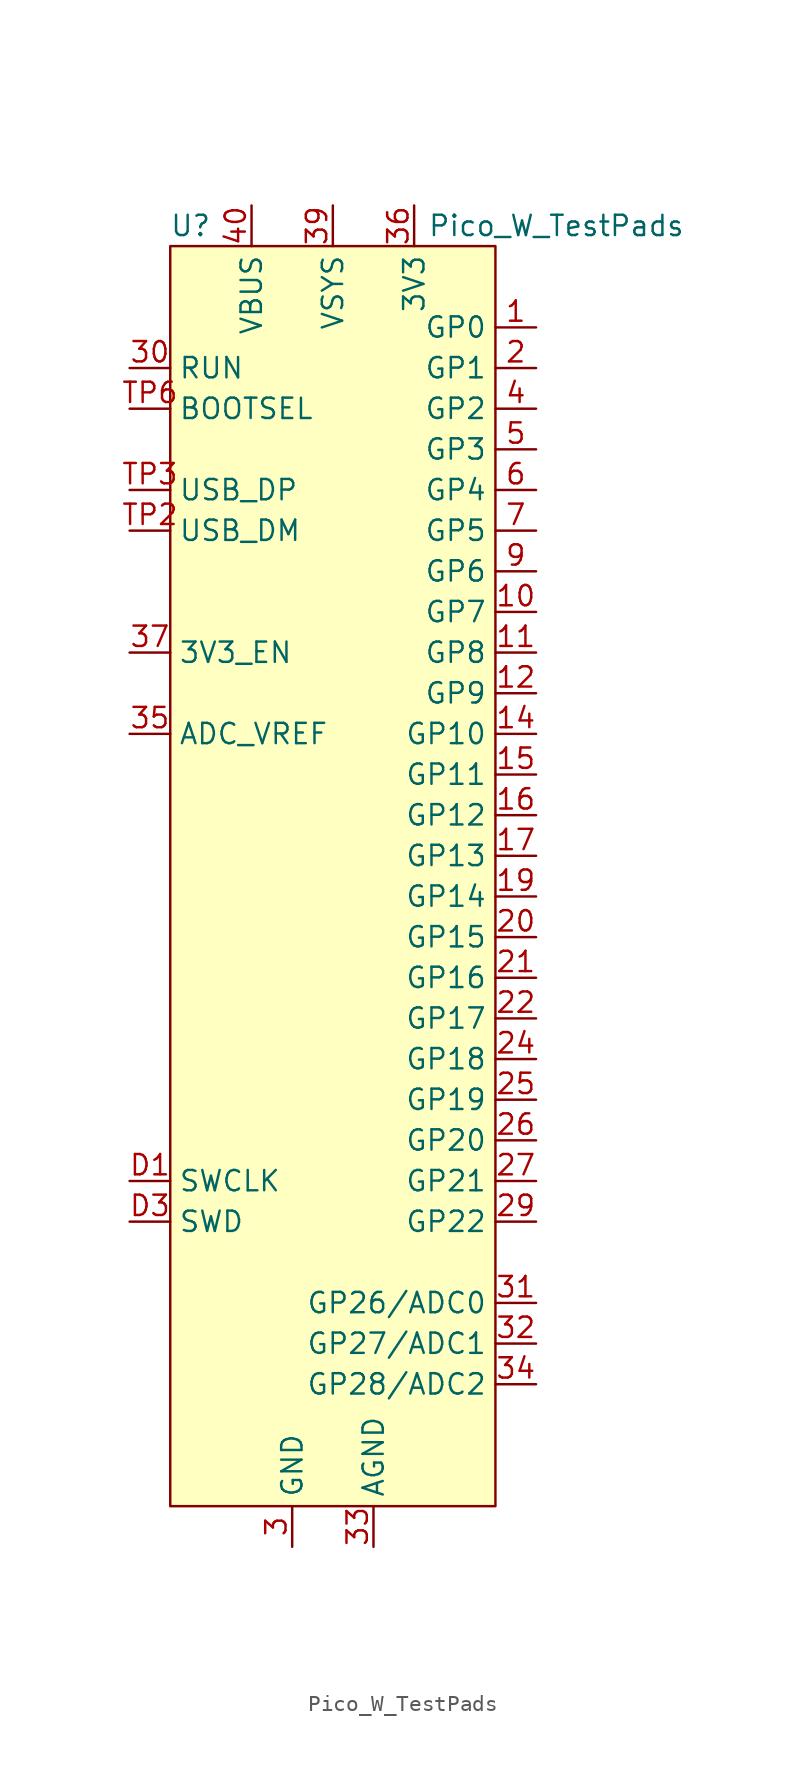
<source format=kicad_sym>
(kicad_symbol_lib
  (version 20220914)
  (generator kicad_symbol_editor)
  (symbol "Pico_W_TestPads"
    (property "Reference" "U"
      (at -8.89 39.37 0)
      (effects (font (size 1.27 1.27))))
    (property "Value" "Pico_W_TestPads"
      (at 13.97 39.37 0)
      (effects (font (size 1.27 1.27))))
    (symbol "Pico_W_TestPads_1_1"
      (rectangle (start -10.16 38.1) (end 10.16 -40.64) (stroke (width 0) (type default)) (fill (type background)))
      (pin bidirectional line (at 12.7 33.02 180) (length 2.54) (name "GP0" (effects (font (size 1.27 1.27)))) (number "1" (effects (font (size 1.27 1.27)))))
      (pin bidirectional line (at 12.7 15.24 180) (length 2.54) (name "GP7" (effects (font (size 1.27 1.27)))) (number "10" (effects (font (size 1.27 1.27)))))
      (pin bidirectional line (at 12.7 12.7 180) (length 2.54) (name "GP8" (effects (font (size 1.27 1.27)))) (number "11" (effects (font (size 1.27 1.27)))))
      (pin bidirectional line (at 12.7 10.16 180) (length 2.54) (name "GP9" (effects (font (size 1.27 1.27)))) (number "12" (effects (font (size 1.27 1.27)))))
      (pin passive line (at -2.54 -43.18 90) (length 2.54) hide (name "GND" (effects (font (size 1.27 1.27)))) (number "13" (effects (font (size 1.27 1.27)))))
      (pin bidirectional line (at 12.7 7.62 180) (length 2.54) (name "GP10" (effects (font (size 1.27 1.27)))) (number "14" (effects (font (size 1.27 1.27)))))
      (pin bidirectional line (at 12.7 5.08 180) (length 2.54) (name "GP11" (effects (font (size 1.27 1.27)))) (number "15" (effects (font (size 1.27 1.27)))))
      (pin bidirectional line (at 12.7 2.54 180) (length 2.54) (name "GP12" (effects (font (size 1.27 1.27)))) (number "16" (effects (font (size 1.27 1.27)))))
      (pin bidirectional line (at 12.7 0 180) (length 2.54) (name "GP13" (effects (font (size 1.27 1.27)))) (number "17" (effects (font (size 1.27 1.27)))))
      (pin passive line (at -2.54 -43.18 90) (length 2.54) hide (name "GND" (effects (font (size 1.27 1.27)))) (number "18" (effects (font (size 1.27 1.27)))))
      (pin bidirectional line (at 12.7 -2.54 180) (length 2.54) (name "GP14" (effects (font (size 1.27 1.27)))) (number "19" (effects (font (size 1.27 1.27)))))
      (pin bidirectional line (at 12.7 30.48 180) (length 2.54) (name "GP1" (effects (font (size 1.27 1.27)))) (number "2" (effects (font (size 1.27 1.27)))))
      (pin bidirectional line (at 12.7 -5.08 180) (length 2.54) (name "GP15" (effects (font (size 1.27 1.27)))) (number "20" (effects (font (size 1.27 1.27)))))
      (pin bidirectional line (at 12.7 -7.62 180) (length 2.54) (name "GP16" (effects (font (size 1.27 1.27)))) (number "21" (effects (font (size 1.27 1.27)))))
      (pin bidirectional line (at 12.7 -10.16 180) (length 2.54) (name "GP17" (effects (font (size 1.27 1.27)))) (number "22" (effects (font (size 1.27 1.27)))))
      (pin passive line (at -2.54 -43.18 90) (length 2.54) hide (name "GND" (effects (font (size 1.27 1.27)))) (number "23" (effects (font (size 1.27 1.27)))))
      (pin bidirectional line (at 12.7 -12.7 180) (length 2.54) (name "GP18" (effects (font (size 1.27 1.27)))) (number "24" (effects (font (size 1.27 1.27)))))
      (pin bidirectional line (at 12.7 -15.24 180) (length 2.54) (name "GP19" (effects (font (size 1.27 1.27)))) (number "25" (effects (font (size 1.27 1.27)))))
      (pin bidirectional line (at 12.7 -17.78 180) (length 2.54) (name "GP20" (effects (font (size 1.27 1.27)))) (number "26" (effects (font (size 1.27 1.27)))))
      (pin bidirectional line (at 12.7 -20.32 180) (length 2.54) (name "GP21" (effects (font (size 1.27 1.27)))) (number "27" (effects (font (size 1.27 1.27)))))
      (pin passive line (at -2.54 -43.18 90) (length 2.54) hide (name "GND" (effects (font (size 1.27 1.27)))) (number "28" (effects (font (size 1.27 1.27)))))
      (pin bidirectional line (at 12.7 -22.86 180) (length 2.54) (name "GP22" (effects (font (size 1.27 1.27)))) (number "29" (effects (font (size 1.27 1.27)))))
      (pin power_in line (at -2.54 -43.18 90) (length 2.54) (name "GND" (effects (font (size 1.27 1.27)))) (number "3" (effects (font (size 1.27 1.27)))))
      (pin input line (at -12.7 30.48 0) (length 2.54) (name "RUN" (effects (font (size 1.27 1.27)))) (number "30" (effects (font (size 1.27 1.27)))))
      (pin bidirectional line (at 12.7 -27.94 180) (length 2.54) (name "GP26/ADC0" (effects (font (size 1.27 1.27)))) (number "31" (effects (font (size 1.27 1.27)))))
      (pin bidirectional line (at 12.7 -30.48 180) (length 2.54) (name "GP27/ADC1" (effects (font (size 1.27 1.27)))) (number "32" (effects (font (size 1.27 1.27)))))
      (pin power_in line (at 2.54 -43.18 90) (length 2.54) (name "AGND" (effects (font (size 1.27 1.27)))) (number "33" (effects (font (size 1.27 1.27)))))
      (pin bidirectional line (at 12.7 -33.02 180) (length 2.54) (name "GP28/ADC2" (effects (font (size 1.27 1.27)))) (number "34" (effects (font (size 1.27 1.27)))))
      (pin input line (at -12.7 7.62 0) (length 2.54) (name "ADC_VREF" (effects (font (size 1.27 1.27)))) (number "35" (effects (font (size 1.27 1.27)))))
      (pin power_out line (at 5.08 40.64 270) (length 2.54) (name "3V3" (effects (font (size 1.27 1.27)))) (number "36" (effects (font (size 1.27 1.27)))))
      (pin input line (at -12.7 12.7 0) (length 2.54) (name "3V3_EN" (effects (font (size 1.27 1.27)))) (number "37" (effects (font (size 1.27 1.27)))))
      (pin passive line (at -2.54 -43.18 90) (length 2.54) hide (name "GND" (effects (font (size 1.27 1.27)))) (number "38" (effects (font (size 1.27 1.27)))))
      (pin power_in line (at 0 40.64 270) (length 2.54) (name "VSYS" (effects (font (size 1.27 1.27)))) (number "39" (effects (font (size 1.27 1.27)))))
      (pin bidirectional line (at 12.7 27.94 180) (length 2.54) (name "GP2" (effects (font (size 1.27 1.27)))) (number "4" (effects (font (size 1.27 1.27)))))
      (pin power_in line (at -5.08 40.64 270) (length 2.54) (name "VBUS" (effects (font (size 1.27 1.27)))) (number "40" (effects (font (size 1.27 1.27)))))
      (pin bidirectional line (at 12.7 25.4 180) (length 2.54) (name "GP3" (effects (font (size 1.27 1.27)))) (number "5" (effects (font (size 1.27 1.27)))))
      (pin bidirectional line (at 12.7 22.86 180) (length 2.54) (name "GP4" (effects (font (size 1.27 1.27)))) (number "6" (effects (font (size 1.27 1.27)))))
      (pin bidirectional line (at 12.7 20.32 180) (length 2.54) (name "GP5" (effects (font (size 1.27 1.27)))) (number "7" (effects (font (size 1.27 1.27)))))
      (pin passive line (at -2.54 -43.18 90) (length 2.54) hide (name "GND" (effects (font (size 1.27 1.27)))) (number "8" (effects (font (size 1.27 1.27)))))
      (pin bidirectional line (at 12.7 17.78 180) (length 2.54) (name "GP6" (effects (font (size 1.27 1.27)))) (number "9" (effects (font (size 1.27 1.27)))))
      (pin input line (at -12.7 -20.32 0) (length 2.54) (name "SWCLK" (effects (font (size 1.27 1.27)))) (number "D1" (effects (font (size 1.27 1.27)))))
      (pin passive line (at -2.54 -43.18 90) (length 2.54) hide (name "GND" (effects (font (size 1.27 1.27)))) (number "D2" (effects (font (size 1.27 1.27)))))
      (pin bidirectional line (at -12.7 -22.86 0) (length 2.54) (name "SWD" (effects (font (size 1.27 1.27)))) (number "D3" (effects (font (size 1.27 1.27)))))
      (pin passive line (at -2.54 -43.18 90) (length 2.54) hide (name "GND" (effects (font (size 1.27 1.27)))) (number "TP1" (effects (font (size 1.27 1.27)))))
      (pin bidirectional line (at -12.7 20.32 0) (length 2.54) (name "USB_DM" (effects (font (size 1.27 1.27)))) (number "TP2" (effects (font (size 1.27 1.27)))))
      (pin bidirectional line (at -12.7 22.86 0) (length 2.54) (name "USB_DP" (effects (font (size 1.27 1.27)))) (number "TP3" (effects (font (size 1.27 1.27)))))
      (pin input line (at -12.7 27.94 0) (length 2.54) (name "BOOTSEL" (effects (font (size 1.27 1.27)))) (number "TP6" (effects (font (size 1.27 1.27))))))))
</source>
